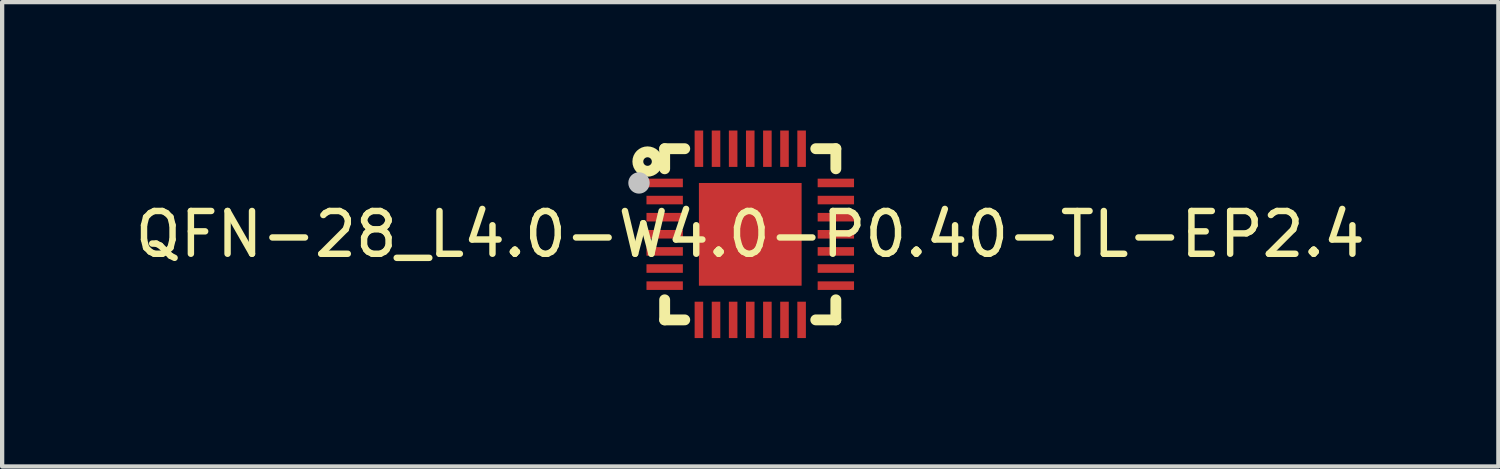
<source format=kicad_pcb>
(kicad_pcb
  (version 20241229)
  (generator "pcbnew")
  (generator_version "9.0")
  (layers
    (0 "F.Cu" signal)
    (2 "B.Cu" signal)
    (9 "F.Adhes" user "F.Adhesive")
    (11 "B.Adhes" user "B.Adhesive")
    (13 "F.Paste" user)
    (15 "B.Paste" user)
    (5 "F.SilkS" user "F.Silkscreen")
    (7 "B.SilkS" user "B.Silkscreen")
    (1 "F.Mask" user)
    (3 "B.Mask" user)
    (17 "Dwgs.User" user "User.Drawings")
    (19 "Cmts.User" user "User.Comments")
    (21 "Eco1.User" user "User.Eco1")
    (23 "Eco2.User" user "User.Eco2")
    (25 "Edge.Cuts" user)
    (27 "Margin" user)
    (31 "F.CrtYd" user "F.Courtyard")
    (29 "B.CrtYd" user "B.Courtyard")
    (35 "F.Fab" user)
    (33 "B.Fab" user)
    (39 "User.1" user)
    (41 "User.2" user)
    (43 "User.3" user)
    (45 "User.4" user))
  (footprint "QFN-28_L4.0-W4.0-P0.40-TL-EP2.4"
    (layer "F.Cu")
    (at 14.482 2.425)
    (property "Reference" "QFN-28_L4.0-W4.0-P0.40-TL-EP2.4" (at 0 0 0) (layer "F.SilkS") (effects (font (size 1 1) (thickness 0.15))))
    (fp_line (start -2 -2) (end -1.531 -2) (stroke (width 0.254) (type default)) (layer "F.SilkS"))
    (fp_line (start -2 -1.531) (end -2 -2) (stroke (width 0.254) (type default)) (layer "F.SilkS"))
    (fp_line (start -2 2) (end -2 1.531) (stroke (width 0.254) (type default)) (layer "F.SilkS"))
    (fp_line (start -1.531 2) (end -2 2) (stroke (width 0.254) (type default)) (layer "F.SilkS"))
    (fp_line (start 1.531 -2) (end 2 -2) (stroke (width 0.254) (type default)) (layer "F.SilkS"))
    (fp_line (start 2 -2) (end 2 -1.531) (stroke (width 0.254) (type default)) (layer "F.SilkS"))
    (fp_line (start 2 1.531) (end 2 2) (stroke (width 0.254) (type default)) (layer "F.SilkS"))
    (fp_line (start 2 2) (end 1.531 2) (stroke (width 0.254) (type default)) (layer "F.SilkS"))
    (fp_circle (center -2.4 -1.7) (end -2.3 -1.7) (stroke (width 0.254) (type default)) (fill no) (layer "F.SilkS"))
    (fp_poly (pts (xy -1.575 -1.1) (xy -1.575 -1.3) (xy -2.425 -1.3) (xy -2.425 -1.1)) (stroke (width 0) (type default)) (fill yes) (layer "F.Paste"))
    (fp_poly (pts (xy -1.575 -0.7) (xy -1.575 -0.9) (xy -2.425 -0.9) (xy -2.425 -0.7)) (stroke (width 0) (type default)) (fill yes) (layer "F.Paste"))
    (fp_poly (pts (xy -1.575 -0.3) (xy -1.575 -0.5) (xy -2.425 -0.5) (xy -2.425 -0.3)) (stroke (width 0) (type default)) (fill yes) (layer "F.Paste"))
    (fp_poly (pts (xy -1.575 0.099) (xy -1.575 -0.101) (xy -2.425 -0.101) (xy -2.425 0.099)) (stroke (width 0) (type default)) (fill yes) (layer "F.Paste"))
    (fp_poly (pts (xy -1.575 0.5) (xy -1.575 0.3) (xy -2.425 0.3) (xy -2.425 0.5)) (stroke (width 0) (type default)) (fill yes) (layer "F.Paste"))
    (fp_poly (pts (xy -1.575 0.9) (xy -1.575 0.7) (xy -2.425 0.7) (xy -2.425 0.9)) (stroke (width 0) (type default)) (fill yes) (layer "F.Paste"))
    (fp_poly (pts (xy -1.575 1.3) (xy -1.575 1.1) (xy -2.425 1.1) (xy -2.425 1.3)) (stroke (width 0) (type default)) (fill yes) (layer "F.Paste"))
    (fp_poly (pts (xy -1.1 -2.425) (xy -1.3 -2.425) (xy -1.3 -1.575) (xy -1.1 -1.575)) (stroke (width 0) (type default)) (fill yes) (layer "F.Paste"))
    (fp_poly (pts (xy -1.1 1.575) (xy -1.3 1.575) (xy -1.3 2.425) (xy -1.1 2.425)) (stroke (width 0) (type default)) (fill yes) (layer "F.Paste"))
    (fp_poly (pts (xy -0.96 -0.96) (xy 0.96 -0.96) (xy 0.96 0.96) (xy -0.96 0.96)) (stroke (width 0) (type default)) (fill yes) (layer "F.Paste"))
    (fp_poly (pts (xy -0.701 -2.425) (xy -0.9 -2.425) (xy -0.9 -1.575) (xy -0.701 -1.575)) (stroke (width 0) (type default)) (fill yes) (layer "F.Paste"))
    (fp_poly (pts (xy -0.701 1.575) (xy -0.9 1.575) (xy -0.9 2.425) (xy -0.701 2.425)) (stroke (width 0) (type default)) (fill yes) (layer "F.Paste"))
    (fp_poly (pts (xy -0.3 -2.425) (xy -0.5 -2.425) (xy -0.5 -1.575) (xy -0.3 -1.575)) (stroke (width 0) (type default)) (fill yes) (layer "F.Paste"))
    (fp_poly (pts (xy -0.3 1.575) (xy -0.5 1.575) (xy -0.5 2.425) (xy -0.3 2.425)) (stroke (width 0) (type default)) (fill yes) (layer "F.Paste"))
    (fp_poly (pts (xy 0.099 -2.425) (xy -0.101 -2.425) (xy -0.101 -1.575) (xy 0.099 -1.575)) (stroke (width 0) (type default)) (fill yes) (layer "F.Paste"))
    (fp_poly (pts (xy 0.099 1.575) (xy -0.101 1.575) (xy -0.101 2.425) (xy 0.099 2.425)) (stroke (width 0) (type default)) (fill yes) (layer "F.Paste"))
    (fp_poly (pts (xy 0.5 -2.425) (xy 0.3 -2.425) (xy 0.3 -1.575) (xy 0.5 -1.575)) (stroke (width 0) (type default)) (fill yes) (layer "F.Paste"))
    (fp_poly (pts (xy 0.5 1.575) (xy 0.3 1.575) (xy 0.3 2.425) (xy 0.5 2.425)) (stroke (width 0) (type default)) (fill yes) (layer "F.Paste"))
    (fp_poly (pts (xy 0.9 -2.425) (xy 0.7 -2.425) (xy 0.7 -1.575) (xy 0.9 -1.575)) (stroke (width 0) (type default)) (fill yes) (layer "F.Paste"))
    (fp_poly (pts (xy 0.9 1.575) (xy 0.7 1.575) (xy 0.7 2.425) (xy 0.9 2.425)) (stroke (width 0) (type default)) (fill yes) (layer "F.Paste"))
    (fp_poly (pts (xy 1.3 -2.425) (xy 1.099 -2.425) (xy 1.099 -1.575) (xy 1.3 -1.575)) (stroke (width 0) (type default)) (fill yes) (layer "F.Paste"))
    (fp_poly (pts (xy 1.3 1.575) (xy 1.099 1.575) (xy 1.099 2.425) (xy 1.3 2.425)) (stroke (width 0) (type default)) (fill yes) (layer "F.Paste"))
    (fp_poly (pts (xy 2.425 -1.1) (xy 2.425 -1.3) (xy 1.575 -1.3) (xy 1.575 -1.1)) (stroke (width 0) (type default)) (fill yes) (layer "F.Paste"))
    (fp_poly (pts (xy 2.425 -0.7) (xy 2.425 -0.9) (xy 1.575 -0.9) (xy 1.575 -0.7)) (stroke (width 0) (type default)) (fill yes) (layer "F.Paste"))
    (fp_poly (pts (xy 2.425 -0.3) (xy 2.425 -0.5) (xy 1.575 -0.5) (xy 1.575 -0.3)) (stroke (width 0) (type default)) (fill yes) (layer "F.Paste"))
    (fp_poly (pts (xy 2.425 0.099) (xy 2.425 -0.101) (xy 1.575 -0.101) (xy 1.575 0.099)) (stroke (width 0) (type default)) (fill yes) (layer "F.Paste"))
    (fp_poly (pts (xy 2.425 0.5) (xy 2.425 0.3) (xy 1.575 0.3) (xy 1.575 0.5)) (stroke (width 0) (type default)) (fill yes) (layer "F.Paste"))
    (fp_poly (pts (xy 2.425 0.9) (xy 2.425 0.7) (xy 1.575 0.7) (xy 1.575 0.9)) (stroke (width 0) (type default)) (fill yes) (layer "F.Paste"))
    (fp_poly (pts (xy 2.425 1.3) (xy 2.425 1.1) (xy 1.575 1.1) (xy 1.575 1.3)) (stroke (width 0) (type default)) (fill yes) (layer "F.Paste"))
    (fp_circle (center -2.6 -1.2) (end -2.475 -1.2) (stroke (width 0.25) (type default)) (fill no) (layer "Dwgs.User"))
    (fp_poly (pts (xy -1.651 -1.3) (xy -1.651 -1.099) (xy -2.001 -1.099) (xy -2.001 -1.3)) (stroke (width 0.1) (type default)) (fill no) (layer "User.1"))
    (fp_poly (pts (xy -1.651 -0.899) (xy -1.651 -0.7) (xy -2.001 -0.7) (xy -2.001 -0.899)) (stroke (width 0.1) (type default)) (fill no) (layer "User.1"))
    (fp_poly (pts (xy -1.651 -0.499) (xy -1.651 -0.299) (xy -2.001 -0.299) (xy -2.001 -0.499)) (stroke (width 0.1) (type default)) (fill no) (layer "User.1"))
    (fp_poly (pts (xy -1.651 -0.1) (xy -1.651 0.101) (xy -2.001 0.101) (xy -2.001 -0.1)) (stroke (width 0.1) (type default)) (fill no) (layer "User.1"))
    (fp_poly (pts (xy -1.651 0.3) (xy -1.651 0.5) (xy -2.001 0.5) (xy -2.001 0.3)) (stroke (width 0.1) (type default)) (fill no) (layer "User.1"))
    (fp_poly (pts (xy -1.651 0.701) (xy -1.651 0.9) (xy -2.001 0.9) (xy -2.001 0.701)) (stroke (width 0.1) (type default)) (fill no) (layer "User.1"))
    (fp_poly (pts (xy -1.651 1.101) (xy -1.651 1.3) (xy -2.001 1.3) (xy -2.001 1.101)) (stroke (width 0.1) (type default)) (fill no) (layer "User.1"))
    (fp_poly (pts (xy -1.3 1.651) (xy -1.1 1.651) (xy -1.1 2.001) (xy -1.3 2.001)) (stroke (width 0.1) (type default)) (fill no) (layer "User.1"))
    (fp_poly (pts (xy -1.2 -1.2) (xy 1.2 -1.2) (xy 1.2 1.2) (xy -1.2 1.2)) (stroke (width 0.1) (type default)) (fill no) (layer "User.1"))
    (fp_poly (pts (xy -1.1 -1.65) (xy -1.3 -1.65) (xy -1.3 -2) (xy -1.1 -2)) (stroke (width 0.1) (type default)) (fill no) (layer "User.1"))
    (fp_poly (pts (xy -0.9 1.651) (xy -0.7 1.651) (xy -0.7 2.001) (xy -0.9 2.001)) (stroke (width 0.1) (type default)) (fill no) (layer "User.1"))
    (fp_poly (pts (xy -0.7 -1.65) (xy -0.9 -1.65) (xy -0.9 -2) (xy -0.7 -2)) (stroke (width 0.1) (type default)) (fill no) (layer "User.1"))
    (fp_poly (pts (xy -0.499 1.651) (xy -0.299 1.651) (xy -0.299 2.001) (xy -0.499 2.001)) (stroke (width 0.1) (type default)) (fill no) (layer "User.1"))
    (fp_poly (pts (xy -0.3 -1.65) (xy -0.5 -1.65) (xy -0.5 -2) (xy -0.3 -2)) (stroke (width 0.1) (type default)) (fill no) (layer "User.1"))
    (fp_poly (pts (xy -0.1 1.651) (xy 0.1 1.651) (xy 0.1 2.001) (xy -0.1 2.001)) (stroke (width 0.1) (type default)) (fill no) (layer "User.1"))
    (fp_poly (pts (xy 0.1 -1.65) (xy -0.1 -1.65) (xy -0.1 -2) (xy 0.1 -2)) (stroke (width 0.1) (type default)) (fill no) (layer "User.1"))
    (fp_poly (pts (xy 0.3 1.651) (xy 0.5 1.651) (xy 0.5 2.001) (xy 0.3 2.001)) (stroke (width 0.1) (type default)) (fill no) (layer "User.1"))
    (fp_poly (pts (xy 0.499 -1.65) (xy 0.299 -1.65) (xy 0.299 -2) (xy 0.499 -2)) (stroke (width 0.1) (type default)) (fill no) (layer "User.1"))
    (fp_poly (pts (xy 0.7 1.651) (xy 0.9 1.651) (xy 0.9 2.001) (xy 0.7 2.001)) (stroke (width 0.1) (type default)) (fill no) (layer "User.1"))
    (fp_poly (pts (xy 0.9 -1.65) (xy 0.7 -1.65) (xy 0.7 -2) (xy 0.9 -2)) (stroke (width 0.1) (type default)) (fill no) (layer "User.1"))
    (fp_poly (pts (xy 1.1 1.651) (xy 1.3 1.651) (xy 1.3 2.001) (xy 1.1 2.001)) (stroke (width 0.1) (type default)) (fill no) (layer "User.1"))
    (fp_poly (pts (xy 1.3 -1.65) (xy 1.1 -1.65) (xy 1.1 -2) (xy 1.3 -2)) (stroke (width 0.1) (type default)) (fill no) (layer "User.1"))
    (fp_poly (pts (xy 1.651 -1.099) (xy 1.651 -1.3) (xy 2.001 -1.3) (xy 2.001 -1.099)) (stroke (width 0.1) (type default)) (fill no) (layer "User.1"))
    (fp_poly (pts (xy 1.651 -0.7) (xy 1.651 -0.9) (xy 2.001 -0.9) (xy 2.001 -0.7)) (stroke (width 0.1) (type default)) (fill no) (layer "User.1"))
    (fp_poly (pts (xy 1.651 -0.3) (xy 1.651 -0.5) (xy 2.001 -0.5) (xy 2.001 -0.3)) (stroke (width 0.1) (type default)) (fill no) (layer "User.1"))
    (fp_poly (pts (xy 1.651 0.1) (xy 1.651 -0.1) (xy 2.001 -0.1) (xy 2.001 0.1)) (stroke (width 0.1) (type default)) (fill no) (layer "User.1"))
    (fp_poly (pts (xy 1.651 0.5) (xy 1.651 0.3) (xy 2.001 0.3) (xy 2.001 0.5)) (stroke (width 0.1) (type default)) (fill no) (layer "User.1"))
    (fp_poly (pts (xy 1.651 0.9) (xy 1.651 0.701) (xy 2.001 0.701) (xy 2.001 0.9)) (stroke (width 0.1) (type default)) (fill no) (layer "User.1"))
    (fp_poly (pts (xy 1.651 1.3) (xy 1.651 1.1) (xy 2.001 1.1) (xy 2.001 1.3)) (stroke (width 0.1) (type default)) (fill no) (layer "User.1"))
    (fp_line (start -2 -2) (end 2 -2) (stroke (width 0.051) (type default)) (layer "User.2"))
    (fp_line (start -2 2) (end -2 -2) (stroke (width 0.051) (type default)) (layer "User.2"))
    (fp_line (start 2 -2) (end 2 2) (stroke (width 0.051) (type default)) (layer "User.2"))
    (fp_line (start 2 2) (end -2 2) (stroke (width 0.051) (type default)) (layer "User.2"))
    (fp_poly (pts (xy -1.945 -2.023) (xy -1.978 -2.055) (xy -2.023 -2.055) (xy -2.056 -2.023) (xy -2.056 -1.977) (xy -2.023 -1.945) (xy -1.978 -1.945) (xy -1.945 -1.977)) (stroke (width 0.1) (type default)) (fill no) (layer "User.3"))
    (pad "1" smd rect (at -2 -1.2) (size 0.85 0.2) (layers "F.Cu" "F.Mask" "F.Paste"))
    (pad "2" smd rect (at -2 -0.8) (size 0.85 0.2) (layers "F.Cu" "F.Mask" "F.Paste"))
    (pad "3" smd rect (at -2 -0.4) (size 0.85 0.2) (layers "F.Cu" "F.Mask" "F.Paste"))
    (pad "4" smd rect (at -2 -0.001) (size 0.85 0.2) (layers "F.Cu" "F.Mask" "F.Paste"))
    (pad "5" smd rect (at -2 0.4) (size 0.85 0.2) (layers "F.Cu" "F.Mask" "F.Paste"))
    (pad "6" smd rect (at -2 0.8) (size 0.85 0.2) (layers "F.Cu" "F.Mask" "F.Paste"))
    (pad "7" smd rect (at -2 1.2) (size 0.85 0.2) (layers "F.Cu" "F.Mask" "F.Paste"))
    (pad "8" smd rect (at -1.2 2) (size 0.2 0.85) (layers "F.Cu" "F.Mask" "F.Paste"))
    (pad "9" smd rect (at -0.8 2) (size 0.2 0.85) (layers "F.Cu" "F.Mask" "F.Paste"))
    (pad "10" smd rect (at -0.4 2) (size 0.2 0.85) (layers "F.Cu" "F.Mask" "F.Paste"))
    (pad "11" smd rect (at 0 2) (size 0.2 0.85) (layers "F.Cu" "F.Mask" "F.Paste"))
    (pad "12" smd rect (at 0.4 2) (size 0.2 0.85) (layers "F.Cu" "F.Mask" "F.Paste"))
    (pad "13" smd rect (at 0.8 2) (size 0.2 0.85) (layers "F.Cu" "F.Mask" "F.Paste"))
    (pad "14" smd rect (at 1.2 2) (size 0.2 0.85) (layers "F.Cu" "F.Mask" "F.Paste"))
    (pad "15" smd rect (at 2 1.2) (size 0.85 0.2) (layers "F.Cu" "F.Mask" "F.Paste"))
    (pad "16" smd rect (at 2 0.8) (size 0.85 0.2) (layers "F.Cu" "F.Mask" "F.Paste"))
    (pad "17" smd rect (at 2 0.4) (size 0.85 0.2) (layers "F.Cu" "F.Mask" "F.Paste"))
    (pad "18" smd rect (at 2 0) (size 0.85 0.2) (layers "F.Cu" "F.Mask" "F.Paste"))
    (pad "19" smd rect (at 2 -0.4) (size 0.85 0.2) (layers "F.Cu" "F.Mask" "F.Paste"))
    (pad "20" smd rect (at 2 -0.8) (size 0.85 0.2) (layers "F.Cu" "F.Mask" "F.Paste"))
    (pad "21" smd rect (at 2 -1.2) (size 0.85 0.2) (layers "F.Cu" "F.Mask" "F.Paste"))
    (pad "22" smd rect (at 1.2 -2) (size 0.2 0.85) (layers "F.Cu" "F.Mask" "F.Paste"))
    (pad "23" smd rect (at 0.8 -2) (size 0.2 0.85) (layers "F.Cu" "F.Mask" "F.Paste"))
    (pad "24" smd rect (at 0.4 -2) (size 0.2 0.85) (layers "F.Cu" "F.Mask" "F.Paste"))
    (pad "25" smd rect (at 0 -2) (size 0.2 0.85) (layers "F.Cu" "F.Mask" "F.Paste"))
    (pad "26" smd rect (at -0.4 -2) (size 0.2 0.85) (layers "F.Cu" "F.Mask" "F.Paste"))
    (pad "27" smd rect (at -0.8 -2) (size 0.2 0.85) (layers "F.Cu" "F.Mask" "F.Paste"))
    (pad "28" smd rect (at -1.2 -2) (size 0.2 0.85) (layers "F.Cu" "F.Mask" "F.Paste"))
    (pad "29" smd rect (at 0 0.001) (size 2.4 2.4) (layers "F.Cu" "F.Mask" "F.Paste")))
  (gr_rect
    (start -3 -3)
    (end 31.964 7.85)
    (stroke (width 0.1) (type default))
    (fill no)
    (layer "Edge.Cuts")))
</source>
